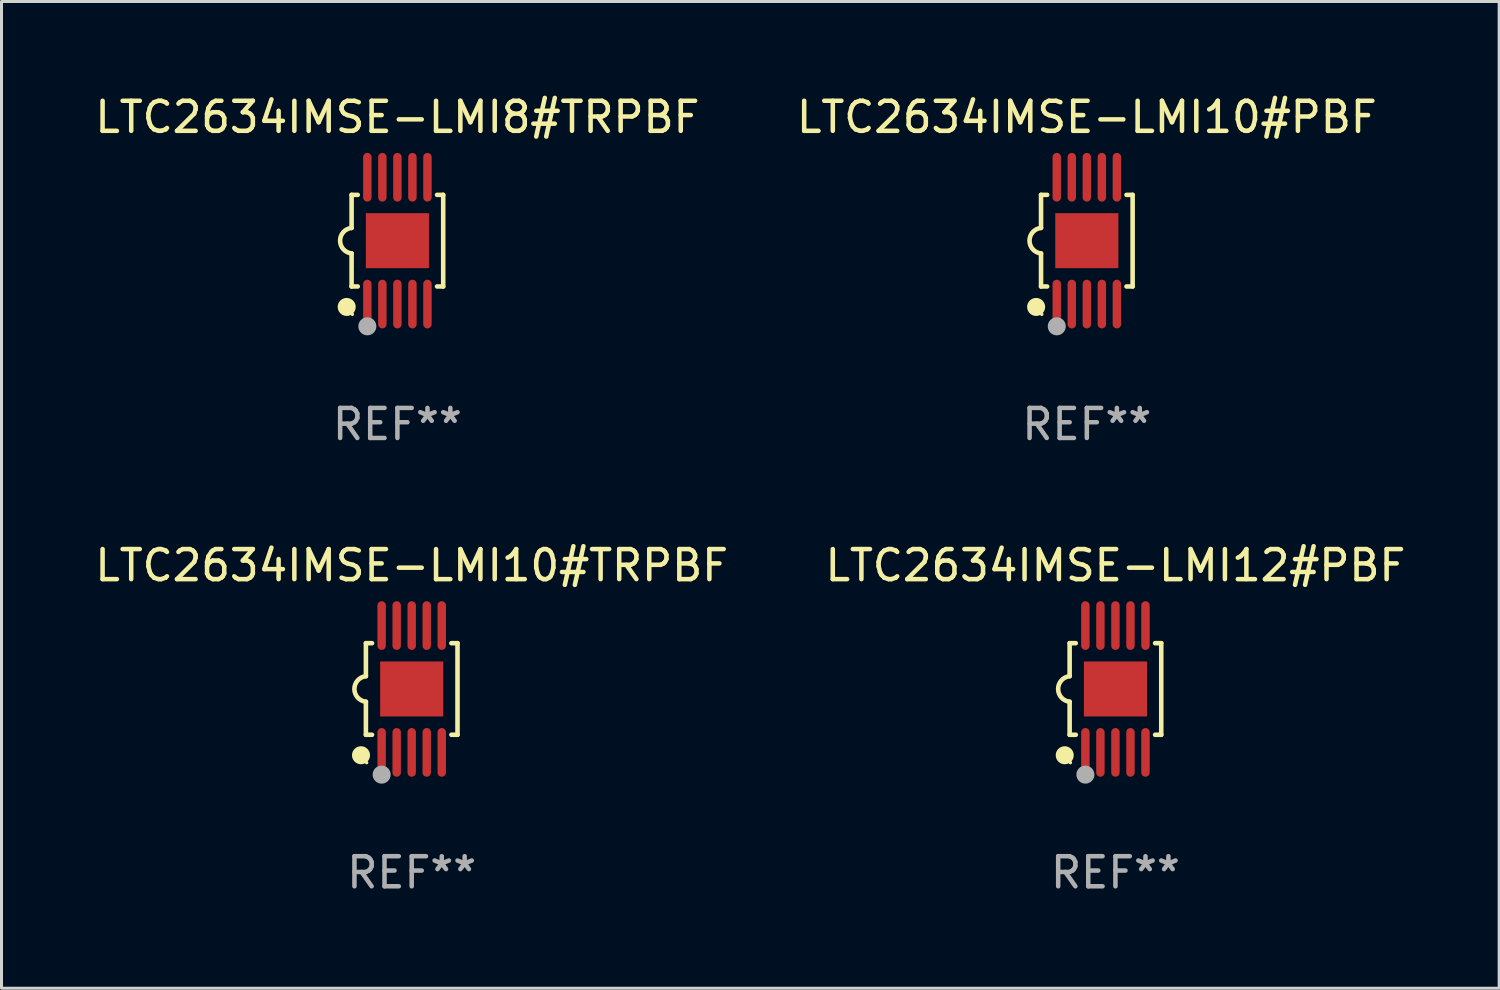
<source format=kicad_pcb>
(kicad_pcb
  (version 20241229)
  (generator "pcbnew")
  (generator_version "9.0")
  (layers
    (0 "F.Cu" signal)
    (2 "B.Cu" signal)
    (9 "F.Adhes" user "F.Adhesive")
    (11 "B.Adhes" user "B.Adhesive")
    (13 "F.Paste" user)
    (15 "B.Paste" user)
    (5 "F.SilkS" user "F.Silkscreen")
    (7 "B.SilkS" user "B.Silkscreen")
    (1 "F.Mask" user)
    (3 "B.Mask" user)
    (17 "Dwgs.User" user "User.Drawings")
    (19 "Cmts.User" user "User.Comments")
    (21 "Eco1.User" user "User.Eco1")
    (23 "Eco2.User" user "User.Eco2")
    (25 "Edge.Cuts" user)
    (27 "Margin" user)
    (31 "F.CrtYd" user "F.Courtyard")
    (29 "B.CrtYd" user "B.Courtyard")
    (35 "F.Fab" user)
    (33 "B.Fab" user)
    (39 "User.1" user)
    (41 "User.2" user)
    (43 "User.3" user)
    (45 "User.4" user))
  (footprint "LTC2634IMSE-LMI12#PBF"
    (layer "F.Cu")
    (at 34.065 19.875)
    (property "Reference" "LTC2634IMSE-LMI12#PBF" (at 0 -4.11 0) (layer "F.SilkS") (effects (font (size 1 1) (thickness 0.15))))
    (attr through_hole)
    (fp_line (start -1.524 -1.524) (end -1.524 -0.424) (stroke (width 0.152) (type solid)) (layer "F.SilkS"))
    (fp_line (start -1.524 1.524) (end -1.524 0.424) (stroke (width 0.152) (type solid)) (layer "F.SilkS"))
    (fp_line (start -1.524 1.524) (end -1.32 1.524) (stroke (width 0.152) (type solid)) (layer "F.SilkS"))
    (fp_line (start -1.32 -1.524) (end -1.524 -1.524) (stroke (width 0.152) (type solid)) (layer "F.SilkS"))
    (fp_line (start 1.32 1.524) (end 1.524 1.524) (stroke (width 0.152) (type solid)) (layer "F.SilkS"))
    (fp_line (start 1.524 -1.524) (end 1.32 -1.524) (stroke (width 0.152) (type solid)) (layer "F.SilkS"))
    (fp_line (start 1.524 1.524) (end 1.524 -1.524) (stroke (width 0.152) (type solid)) (layer "F.SilkS"))
    (fp_arc (start -1.524003 0.424003) (mid -1.906663 -0.000089) (end -1.524004 -0.424181) (stroke (width 0.151994) (type solid)) (layer "F.SilkS"))
    (fp_circle (center -1.687 2.205) (end -1.537 2.205) (stroke (width 0.3) (type solid)) (fill no) (layer "F.SilkS"))
    (fp_circle (center -1.5 2.45) (end -1.47 2.45) (stroke (width 0.06) (type solid)) (fill no) (layer "F.SilkS"))
    (fp_circle (center -1 2.85) (end -0.85 2.85) (stroke (width 0.3) (type solid)) (fill no) (layer "F.Fab"))
    (fp_text user "REF**" (at 0 6.11 0) (layer "F.Fab") (effects (font (size 1 1) (thickness 0.15))))
    (pad "1" smd oval (at -1 2.11) (size 0.28 1.62) (layers "F.Cu" "F.Mask" "F.Paste"))
    (pad "2" smd oval (at -0.5 2.11) (size 0.28 1.62) (layers "F.Cu" "F.Mask" "F.Paste"))
    (pad "3" smd oval (at 0 2.11) (size 0.28 1.62) (layers "F.Cu" "F.Mask" "F.Paste"))
    (pad "4" smd oval (at 0.5 2.11) (size 0.28 1.62) (layers "F.Cu" "F.Mask" "F.Paste"))
    (pad "5" smd oval (at 1 2.11) (size 0.28 1.62) (layers "F.Cu" "F.Mask" "F.Paste"))
    (pad "6" smd oval (at 1 -2.11) (size 0.28 1.62) (layers "F.Cu" "F.Mask" "F.Paste"))
    (pad "7" smd oval (at 0.5 -2.11) (size 0.28 1.62) (layers "F.Cu" "F.Mask" "F.Paste"))
    (pad "8" smd oval (at 0 -2.11) (size 0.28 1.62) (layers "F.Cu" "F.Mask" "F.Paste"))
    (pad "9" smd oval (at -0.5 -2.11) (size 0.28 1.62) (layers "F.Cu" "F.Mask" "F.Paste"))
    (pad "10" smd oval (at -1 -2.11) (size 0.28 1.62) (layers "F.Cu" "F.Mask" "F.Paste"))
    (pad "11" smd rect (at 0 0) (size 2.1 1.83) (layers "F.Cu" "F.Mask" "F.Paste")))
  (footprint "LTC2634IMSE-LMI8#TRPBF"
    (layer "F.Cu")
    (at 10.173 4.958)
    (property "Reference" "LTC2634IMSE-LMI8#TRPBF" (at 0 -4.11 0) (layer "F.SilkS") (effects (font (size 1 1) (thickness 0.15))))
    (attr through_hole)
    (fp_line (start -1.524 -1.524) (end -1.524 -0.424) (stroke (width 0.152) (type solid)) (layer "F.SilkS"))
    (fp_line (start -1.524 1.524) (end -1.524 0.424) (stroke (width 0.152) (type solid)) (layer "F.SilkS"))
    (fp_line (start -1.524 1.524) (end -1.32 1.524) (stroke (width 0.152) (type solid)) (layer "F.SilkS"))
    (fp_line (start -1.32 -1.524) (end -1.524 -1.524) (stroke (width 0.152) (type solid)) (layer "F.SilkS"))
    (fp_line (start 1.32 1.524) (end 1.524 1.524) (stroke (width 0.152) (type solid)) (layer "F.SilkS"))
    (fp_line (start 1.524 -1.524) (end 1.32 -1.524) (stroke (width 0.152) (type solid)) (layer "F.SilkS"))
    (fp_line (start 1.524 1.524) (end 1.524 -1.524) (stroke (width 0.152) (type solid)) (layer "F.SilkS"))
    (fp_arc (start -1.524003 0.424003) (mid -1.906663 -0.000089) (end -1.524004 -0.424181) (stroke (width 0.151994) (type solid)) (layer "F.SilkS"))
    (fp_circle (center -1.687 2.205) (end -1.537 2.205) (stroke (width 0.3) (type solid)) (fill no) (layer "F.SilkS"))
    (fp_circle (center -1.5 2.45) (end -1.47 2.45) (stroke (width 0.06) (type solid)) (fill no) (layer "F.SilkS"))
    (fp_circle (center -1 2.85) (end -0.85 2.85) (stroke (width 0.3) (type solid)) (fill no) (layer "F.Fab"))
    (fp_text user "REF**" (at 0 6.11 0) (layer "F.Fab") (effects (font (size 1 1) (thickness 0.15))))
    (pad "1" smd oval (at -1 2.11) (size 0.28 1.62) (layers "F.Cu" "F.Mask" "F.Paste"))
    (pad "2" smd oval (at -0.5 2.11) (size 0.28 1.62) (layers "F.Cu" "F.Mask" "F.Paste"))
    (pad "3" smd oval (at 0 2.11) (size 0.28 1.62) (layers "F.Cu" "F.Mask" "F.Paste"))
    (pad "4" smd oval (at 0.5 2.11) (size 0.28 1.62) (layers "F.Cu" "F.Mask" "F.Paste"))
    (pad "5" smd oval (at 1 2.11) (size 0.28 1.62) (layers "F.Cu" "F.Mask" "F.Paste"))
    (pad "6" smd oval (at 1 -2.11) (size 0.28 1.62) (layers "F.Cu" "F.Mask" "F.Paste"))
    (pad "7" smd oval (at 0.5 -2.11) (size 0.28 1.62) (layers "F.Cu" "F.Mask" "F.Paste"))
    (pad "8" smd oval (at 0 -2.11) (size 0.28 1.62) (layers "F.Cu" "F.Mask" "F.Paste"))
    (pad "9" smd oval (at -0.5 -2.11) (size 0.28 1.62) (layers "F.Cu" "F.Mask" "F.Paste"))
    (pad "10" smd oval (at -1 -2.11) (size 0.28 1.62) (layers "F.Cu" "F.Mask" "F.Paste"))
    (pad "11" smd rect (at 0 0) (size 2.1 1.83) (layers "F.Cu" "F.Mask" "F.Paste")))
  (footprint "LTC2634IMSE-LMI10#PBF"
    (layer "F.Cu")
    (at 33.113 4.958)
    (property "Reference" "LTC2634IMSE-LMI10#PBF" (at 0 -4.11 0) (layer "F.SilkS") (effects (font (size 1 1) (thickness 0.15))))
    (attr through_hole)
    (fp_line (start -1.524 -1.524) (end -1.524 -0.424) (stroke (width 0.152) (type solid)) (layer "F.SilkS"))
    (fp_line (start -1.524 1.524) (end -1.524 0.424) (stroke (width 0.152) (type solid)) (layer "F.SilkS"))
    (fp_line (start -1.524 1.524) (end -1.32 1.524) (stroke (width 0.152) (type solid)) (layer "F.SilkS"))
    (fp_line (start -1.32 -1.524) (end -1.524 -1.524) (stroke (width 0.152) (type solid)) (layer "F.SilkS"))
    (fp_line (start 1.32 1.524) (end 1.524 1.524) (stroke (width 0.152) (type solid)) (layer "F.SilkS"))
    (fp_line (start 1.524 -1.524) (end 1.32 -1.524) (stroke (width 0.152) (type solid)) (layer "F.SilkS"))
    (fp_line (start 1.524 1.524) (end 1.524 -1.524) (stroke (width 0.152) (type solid)) (layer "F.SilkS"))
    (fp_arc (start -1.524003 0.424003) (mid -1.906663 -0.000089) (end -1.524004 -0.424181) (stroke (width 0.151994) (type solid)) (layer "F.SilkS"))
    (fp_circle (center -1.687 2.205) (end -1.537 2.205) (stroke (width 0.3) (type solid)) (fill no) (layer "F.SilkS"))
    (fp_circle (center -1.5 2.45) (end -1.47 2.45) (stroke (width 0.06) (type solid)) (fill no) (layer "F.SilkS"))
    (fp_circle (center -1 2.85) (end -0.85 2.85) (stroke (width 0.3) (type solid)) (fill no) (layer "F.Fab"))
    (fp_text user "REF**" (at 0 6.11 0) (layer "F.Fab") (effects (font (size 1 1) (thickness 0.15))))
    (pad "1" smd oval (at -1 2.11) (size 0.28 1.62) (layers "F.Cu" "F.Mask" "F.Paste"))
    (pad "2" smd oval (at -0.5 2.11) (size 0.28 1.62) (layers "F.Cu" "F.Mask" "F.Paste"))
    (pad "3" smd oval (at 0 2.11) (size 0.28 1.62) (layers "F.Cu" "F.Mask" "F.Paste"))
    (pad "4" smd oval (at 0.5 2.11) (size 0.28 1.62) (layers "F.Cu" "F.Mask" "F.Paste"))
    (pad "5" smd oval (at 1 2.11) (size 0.28 1.62) (layers "F.Cu" "F.Mask" "F.Paste"))
    (pad "6" smd oval (at 1 -2.11) (size 0.28 1.62) (layers "F.Cu" "F.Mask" "F.Paste"))
    (pad "7" smd oval (at 0.5 -2.11) (size 0.28 1.62) (layers "F.Cu" "F.Mask" "F.Paste"))
    (pad "8" smd oval (at 0 -2.11) (size 0.28 1.62) (layers "F.Cu" "F.Mask" "F.Paste"))
    (pad "9" smd oval (at -0.5 -2.11) (size 0.28 1.62) (layers "F.Cu" "F.Mask" "F.Paste"))
    (pad "10" smd oval (at -1 -2.11) (size 0.28 1.62) (layers "F.Cu" "F.Mask" "F.Paste"))
    (pad "11" smd rect (at 0 0) (size 2.1 1.83) (layers "F.Cu" "F.Mask" "F.Paste")))
  (footprint "LTC2634IMSE-LMI10#TRPBF"
    (layer "F.Cu")
    (at 10.649 19.875)
    (property "Reference" "LTC2634IMSE-LMI10#TRPBF" (at 0 -4.11 0) (layer "F.SilkS") (effects (font (size 1 1) (thickness 0.15))))
    (attr through_hole)
    (fp_line (start -1.524 -1.524) (end -1.524 -0.424) (stroke (width 0.152) (type solid)) (layer "F.SilkS"))
    (fp_line (start -1.524 1.524) (end -1.524 0.424) (stroke (width 0.152) (type solid)) (layer "F.SilkS"))
    (fp_line (start -1.524 1.524) (end -1.32 1.524) (stroke (width 0.152) (type solid)) (layer "F.SilkS"))
    (fp_line (start -1.32 -1.524) (end -1.524 -1.524) (stroke (width 0.152) (type solid)) (layer "F.SilkS"))
    (fp_line (start 1.32 1.524) (end 1.524 1.524) (stroke (width 0.152) (type solid)) (layer "F.SilkS"))
    (fp_line (start 1.524 -1.524) (end 1.32 -1.524) (stroke (width 0.152) (type solid)) (layer "F.SilkS"))
    (fp_line (start 1.524 1.524) (end 1.524 -1.524) (stroke (width 0.152) (type solid)) (layer "F.SilkS"))
    (fp_arc (start -1.524003 0.424003) (mid -1.906663 -0.000089) (end -1.524004 -0.424181) (stroke (width 0.151994) (type solid)) (layer "F.SilkS"))
    (fp_circle (center -1.687 2.205) (end -1.537 2.205) (stroke (width 0.3) (type solid)) (fill no) (layer "F.SilkS"))
    (fp_circle (center -1.5 2.45) (end -1.47 2.45) (stroke (width 0.06) (type solid)) (fill no) (layer "F.SilkS"))
    (fp_circle (center -1 2.85) (end -0.85 2.85) (stroke (width 0.3) (type solid)) (fill no) (layer "F.Fab"))
    (fp_text user "REF**" (at 0 6.11 0) (layer "F.Fab") (effects (font (size 1 1) (thickness 0.15))))
    (pad "1" smd oval (at -1 2.11) (size 0.28 1.62) (layers "F.Cu" "F.Mask" "F.Paste"))
    (pad "2" smd oval (at -0.5 2.11) (size 0.28 1.62) (layers "F.Cu" "F.Mask" "F.Paste"))
    (pad "3" smd oval (at 0 2.11) (size 0.28 1.62) (layers "F.Cu" "F.Mask" "F.Paste"))
    (pad "4" smd oval (at 0.5 2.11) (size 0.28 1.62) (layers "F.Cu" "F.Mask" "F.Paste"))
    (pad "5" smd oval (at 1 2.11) (size 0.28 1.62) (layers "F.Cu" "F.Mask" "F.Paste"))
    (pad "6" smd oval (at 1 -2.11) (size 0.28 1.62) (layers "F.Cu" "F.Mask" "F.Paste"))
    (pad "7" smd oval (at 0.5 -2.11) (size 0.28 1.62) (layers "F.Cu" "F.Mask" "F.Paste"))
    (pad "8" smd oval (at 0 -2.11) (size 0.28 1.62) (layers "F.Cu" "F.Mask" "F.Paste"))
    (pad "9" smd oval (at -0.5 -2.11) (size 0.28 1.62) (layers "F.Cu" "F.Mask" "F.Paste"))
    (pad "10" smd oval (at -1 -2.11) (size 0.28 1.62) (layers "F.Cu" "F.Mask" "F.Paste"))
    (pad "11" smd rect (at 0 0) (size 2.1 1.83) (layers "F.Cu" "F.Mask" "F.Paste")))
  (gr_rect
    (start -3 -3)
    (end 46.833 29.833)
    (stroke (width 0.1) (type default))
    (fill no)
    (layer "Edge.Cuts")))
</source>
